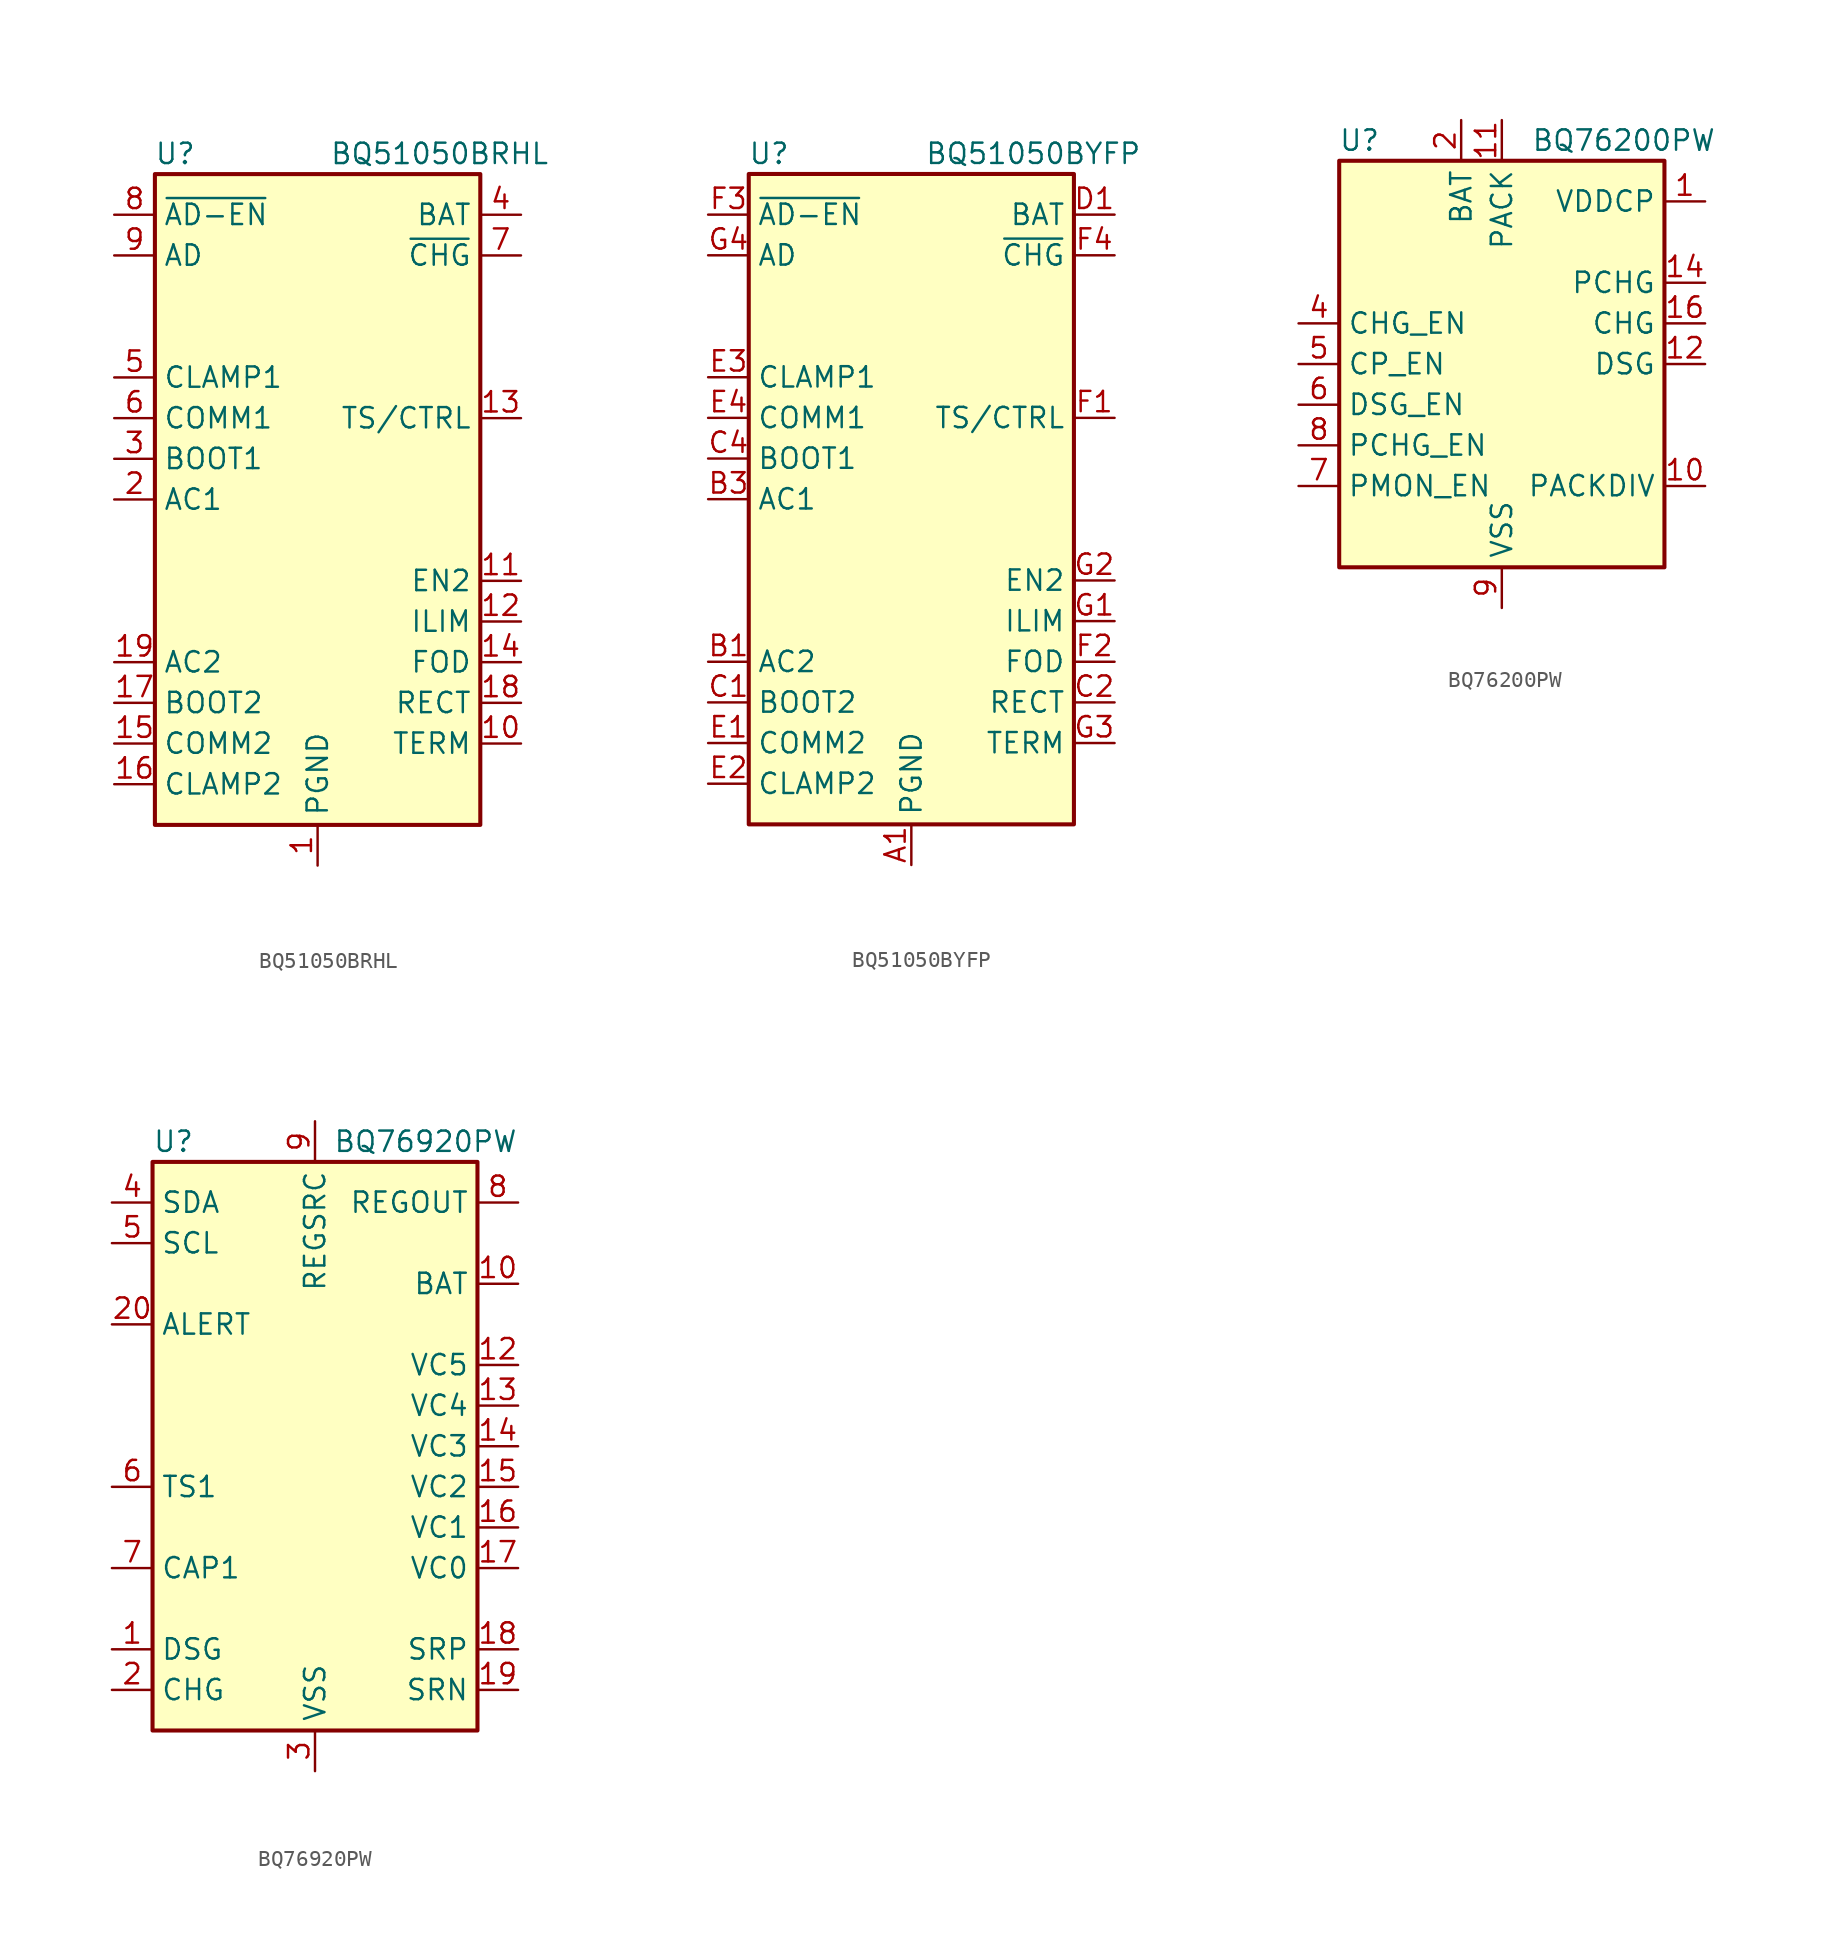
<source format=kicad_sym>
(kicad_symbol_lib
  (version 20211014)
  (generator kicad_symbol_editor)
  (symbol "BQ51050BRHL"
    (property "Reference" "U"
      (at -8.89 21.59 0)
      (effects (font (size 1.27 1.27))))
    (property "Value" "BQ51050BRHL"
      (at 7.62 21.59 0)
      (effects (font (size 1.27 1.27))))
    (symbol "BQ51050BRHL_0_1"
      (rectangle (start -10.16 -20.32) (end 10.16 20.32) (stroke (width 0.254) (type default) (color 0 0 0 0)) (fill (type background))))
    (symbol "BQ51050BRHL_1_1"
      (pin power_in line (at 0 -22.86 90) (length 2.54) (name "PGND" (effects (font (size 1.27 1.27)))) (number "1" (effects (font (size 1.27 1.27)))))
      (pin input line (at 12.7 -15.24 180) (length 2.54) (name "TERM" (effects (font (size 1.27 1.27)))) (number "10" (effects (font (size 1.27 1.27)))))
      (pin input line (at 12.7 -5.08 180) (length 2.54) (name "EN2" (effects (font (size 1.27 1.27)))) (number "11" (effects (font (size 1.27 1.27)))))
      (pin passive line (at 12.7 -7.62 180) (length 2.54) (name "ILIM" (effects (font (size 1.27 1.27)))) (number "12" (effects (font (size 1.27 1.27)))))
      (pin input line (at 12.7 5.08 180) (length 2.54) (name "TS/CTRL" (effects (font (size 1.27 1.27)))) (number "13" (effects (font (size 1.27 1.27)))))
      (pin input line (at 12.7 -10.16 180) (length 2.54) (name "FOD" (effects (font (size 1.27 1.27)))) (number "14" (effects (font (size 1.27 1.27)))))
      (pin open_collector line (at -12.7 -15.24 0) (length 2.54) (name "COMM2" (effects (font (size 1.27 1.27)))) (number "15" (effects (font (size 1.27 1.27)))))
      (pin open_collector line (at -12.7 -17.78 0) (length 2.54) (name "CLAMP2" (effects (font (size 1.27 1.27)))) (number "16" (effects (font (size 1.27 1.27)))))
      (pin passive line (at -12.7 -12.7 0) (length 2.54) (name "BOOT2" (effects (font (size 1.27 1.27)))) (number "17" (effects (font (size 1.27 1.27)))))
      (pin passive line (at 12.7 -12.7 180) (length 2.54) (name "RECT" (effects (font (size 1.27 1.27)))) (number "18" (effects (font (size 1.27 1.27)))))
      (pin input line (at -12.7 -10.16 0) (length 2.54) (name "AC2" (effects (font (size 1.27 1.27)))) (number "19" (effects (font (size 1.27 1.27)))))
      (pin input line (at -12.7 0 0) (length 2.54) (name "AC1" (effects (font (size 1.27 1.27)))) (number "2" (effects (font (size 1.27 1.27)))))
      (pin passive line (at 0 -22.86 90) (length 2.54) hide (name "PGND" (effects (font (size 1.27 1.27)))) (number "20" (effects (font (size 1.27 1.27)))))
      (pin passive line (at 0 -22.86 90) (length 2.54) hide (name "PGND" (effects (font (size 1.27 1.27)))) (number "21" (effects (font (size 1.27 1.27)))))
      (pin passive line (at -12.7 2.54 0) (length 2.54) (name "BOOT1" (effects (font (size 1.27 1.27)))) (number "3" (effects (font (size 1.27 1.27)))))
      (pin power_out line (at 12.7 17.78 180) (length 2.54) (name "BAT" (effects (font (size 1.27 1.27)))) (number "4" (effects (font (size 1.27 1.27)))))
      (pin open_collector line (at -12.7 7.62 0) (length 2.54) (name "CLAMP1" (effects (font (size 1.27 1.27)))) (number "5" (effects (font (size 1.27 1.27)))))
      (pin open_collector line (at -12.7 5.08 0) (length 2.54) (name "COMM1" (effects (font (size 1.27 1.27)))) (number "6" (effects (font (size 1.27 1.27)))))
      (pin open_collector line (at 12.7 15.24 180) (length 2.54) (name "~{CHG}" (effects (font (size 1.27 1.27)))) (number "7" (effects (font (size 1.27 1.27)))))
      (pin output line (at -12.7 17.78 0) (length 2.54) (name "~{AD-EN}" (effects (font (size 1.27 1.27)))) (number "8" (effects (font (size 1.27 1.27)))))
      (pin input line (at -12.7 15.24 0) (length 2.54) (name "AD" (effects (font (size 1.27 1.27)))) (number "9" (effects (font (size 1.27 1.27)))))))
  (symbol "BQ51050BYFP"
    (property "Reference" "U"
      (at -8.89 21.59 0)
      (effects (font (size 1.27 1.27))))
    (property "Value" "BQ51050BYFP"
      (at 7.62 21.59 0)
      (effects (font (size 1.27 1.27))))
    (symbol "BQ51050BYFP_0_1"
      (rectangle (start -10.16 -20.32) (end 10.16 20.32) (stroke (width 0.254) (type default) (color 0 0 0 0)) (fill (type background))))
    (symbol "BQ51050BYFP_1_1"
      (pin power_in line (at 0 -22.86 90) (length 2.54) (name "PGND" (effects (font (size 1.27 1.27)))) (number "A1" (effects (font (size 1.27 1.27)))))
      (pin passive line (at 0 -22.86 90) (length 2.54) hide (name "PGND" (effects (font (size 1.27 1.27)))) (number "A2" (effects (font (size 1.27 1.27)))))
      (pin passive line (at 0 -22.86 90) (length 2.54) hide (name "PGND" (effects (font (size 1.27 1.27)))) (number "A3" (effects (font (size 1.27 1.27)))))
      (pin passive line (at 0 -22.86 90) (length 2.54) hide (name "PGND" (effects (font (size 1.27 1.27)))) (number "A4" (effects (font (size 1.27 1.27)))))
      (pin input line (at -12.7 -10.16 0) (length 2.54) (name "AC2" (effects (font (size 1.27 1.27)))) (number "B1" (effects (font (size 1.27 1.27)))))
      (pin input line (at -12.7 -10.16 0) (length 2.54) hide (name "AC2" (effects (font (size 1.27 1.27)))) (number "B2" (effects (font (size 1.27 1.27)))))
      (pin input line (at -12.7 0 0) (length 2.54) (name "AC1" (effects (font (size 1.27 1.27)))) (number "B3" (effects (font (size 1.27 1.27)))))
      (pin input line (at -12.7 0 0) (length 2.54) hide (name "AC1" (effects (font (size 1.27 1.27)))) (number "B4" (effects (font (size 1.27 1.27)))))
      (pin passive line (at -12.7 -12.7 0) (length 2.54) (name "BOOT2" (effects (font (size 1.27 1.27)))) (number "C1" (effects (font (size 1.27 1.27)))))
      (pin passive line (at 12.7 -12.7 180) (length 2.54) (name "RECT" (effects (font (size 1.27 1.27)))) (number "C2" (effects (font (size 1.27 1.27)))))
      (pin passive line (at 12.7 -12.7 180) (length 2.54) hide (name "RECT" (effects (font (size 1.27 1.27)))) (number "C3" (effects (font (size 1.27 1.27)))))
      (pin passive line (at -12.7 2.54 0) (length 2.54) (name "BOOT1" (effects (font (size 1.27 1.27)))) (number "C4" (effects (font (size 1.27 1.27)))))
      (pin power_out line (at 12.7 17.78 180) (length 2.54) (name "BAT" (effects (font (size 1.27 1.27)))) (number "D1" (effects (font (size 1.27 1.27)))))
      (pin passive line (at 12.7 17.78 180) (length 2.54) hide (name "BAT" (effects (font (size 1.27 1.27)))) (number "D2" (effects (font (size 1.27 1.27)))))
      (pin passive line (at 12.7 17.78 180) (length 2.54) hide (name "BAT" (effects (font (size 1.27 1.27)))) (number "D3" (effects (font (size 1.27 1.27)))))
      (pin passive line (at 12.7 17.78 180) (length 2.54) hide (name "BAT" (effects (font (size 1.27 1.27)))) (number "D4" (effects (font (size 1.27 1.27)))))
      (pin open_collector line (at -12.7 -15.24 0) (length 2.54) (name "COMM2" (effects (font (size 1.27 1.27)))) (number "E1" (effects (font (size 1.27 1.27)))))
      (pin open_collector line (at -12.7 -17.78 0) (length 2.54) (name "CLAMP2" (effects (font (size 1.27 1.27)))) (number "E2" (effects (font (size 1.27 1.27)))))
      (pin open_collector line (at -12.7 7.62 0) (length 2.54) (name "CLAMP1" (effects (font (size 1.27 1.27)))) (number "E3" (effects (font (size 1.27 1.27)))))
      (pin open_collector line (at -12.7 5.08 0) (length 2.54) (name "COMM1" (effects (font (size 1.27 1.27)))) (number "E4" (effects (font (size 1.27 1.27)))))
      (pin input line (at 12.7 5.08 180) (length 2.54) (name "TS/CTRL" (effects (font (size 1.27 1.27)))) (number "F1" (effects (font (size 1.27 1.27)))))
      (pin input line (at 12.7 -10.16 180) (length 2.54) (name "FOD" (effects (font (size 1.27 1.27)))) (number "F2" (effects (font (size 1.27 1.27)))))
      (pin output line (at -12.7 17.78 0) (length 2.54) (name "~{AD-EN}" (effects (font (size 1.27 1.27)))) (number "F3" (effects (font (size 1.27 1.27)))))
      (pin open_collector line (at 12.7 15.24 180) (length 2.54) (name "~{CHG}" (effects (font (size 1.27 1.27)))) (number "F4" (effects (font (size 1.27 1.27)))))
      (pin passive line (at 12.7 -7.62 180) (length 2.54) (name "ILIM" (effects (font (size 1.27 1.27)))) (number "G1" (effects (font (size 1.27 1.27)))))
      (pin input line (at 12.7 -5.08 180) (length 2.54) (name "EN2" (effects (font (size 1.27 1.27)))) (number "G2" (effects (font (size 1.27 1.27)))))
      (pin input line (at 12.7 -15.24 180) (length 2.54) (name "TERM" (effects (font (size 1.27 1.27)))) (number "G3" (effects (font (size 1.27 1.27)))))
      (pin input line (at -12.7 15.24 0) (length 2.54) (name "AD" (effects (font (size 1.27 1.27)))) (number "G4" (effects (font (size 1.27 1.27)))))))
  (symbol "BQ76200PW"
    (property "Reference" "U"
      (at -8.89 13.97 0)
      (effects (font (size 1.27 1.27))))
    (property "Value" "BQ76200PW"
      (at 7.62 13.97 0)
      (effects (font (size 1.27 1.27))))
    (symbol "BQ76200PW_0_1"
      (rectangle (start -10.16 -12.7) (end 10.16 12.7) (stroke (width 0.254) (type default) (color 0 0 0 0)) (fill (type background))))
    (symbol "BQ76200PW_1_1"
      (pin output line (at 12.7 10.16 180) (length 2.54) (name "VDDCP" (effects (font (size 1.27 1.27)))) (number "1" (effects (font (size 1.27 1.27)))))
      (pin output line (at 12.7 -7.62 180) (length 2.54) (name "PACKDIV" (effects (font (size 1.27 1.27)))) (number "10" (effects (font (size 1.27 1.27)))))
      (pin power_in line (at 0 15.24 270) (length 2.54) (name "PACK" (effects (font (size 1.27 1.27)))) (number "11" (effects (font (size 1.27 1.27)))))
      (pin output line (at 12.7 0 180) (length 2.54) (name "DSG" (effects (font (size 1.27 1.27)))) (number "12" (effects (font (size 1.27 1.27)))))
      (pin no_connect line (at -10.16 7.62 0) (length 2.54) hide (name "NC" (effects (font (size 1.27 1.27)))) (number "13" (effects (font (size 1.27 1.27)))))
      (pin output line (at 12.7 5.08 180) (length 2.54) (name "PCHG" (effects (font (size 1.27 1.27)))) (number "14" (effects (font (size 1.27 1.27)))))
      (pin no_connect line (at -10.16 5.08 0) (length 2.54) hide (name "NC" (effects (font (size 1.27 1.27)))) (number "15" (effects (font (size 1.27 1.27)))))
      (pin output line (at 12.7 2.54 180) (length 2.54) (name "CHG" (effects (font (size 1.27 1.27)))) (number "16" (effects (font (size 1.27 1.27)))))
      (pin power_in line (at -2.54 15.24 270) (length 2.54) (name "BAT" (effects (font (size 1.27 1.27)))) (number "2" (effects (font (size 1.27 1.27)))))
      (pin no_connect line (at -10.16 10.16 0) (length 2.54) hide (name "NC" (effects (font (size 1.27 1.27)))) (number "3" (effects (font (size 1.27 1.27)))))
      (pin input line (at -12.7 2.54 0) (length 2.54) (name "CHG_EN" (effects (font (size 1.27 1.27)))) (number "4" (effects (font (size 1.27 1.27)))))
      (pin input line (at -12.7 0 0) (length 2.54) (name "CP_EN" (effects (font (size 1.27 1.27)))) (number "5" (effects (font (size 1.27 1.27)))))
      (pin input line (at -12.7 -2.54 0) (length 2.54) (name "DSG_EN" (effects (font (size 1.27 1.27)))) (number "6" (effects (font (size 1.27 1.27)))))
      (pin input line (at -12.7 -7.62 0) (length 2.54) (name "PMON_EN" (effects (font (size 1.27 1.27)))) (number "7" (effects (font (size 1.27 1.27)))))
      (pin input line (at -12.7 -5.08 0) (length 2.54) (name "PCHG_EN" (effects (font (size 1.27 1.27)))) (number "8" (effects (font (size 1.27 1.27)))))
      (pin power_in line (at 0 -15.24 90) (length 2.54) (name "VSS" (effects (font (size 1.27 1.27)))) (number "9" (effects (font (size 1.27 1.27)))))))
  (symbol "BQ76920PW"
    (property "Reference" "U"
      (at -10.16 19.05 0)
      (effects (font (size 1.27 1.27)) (justify left)))
    (property "Value" "BQ76920PW"
      (at 12.7 19.05 0)
      (effects (font (size 1.27 1.27)) (justify right)))
    (symbol "BQ76920PW_0_1"
      (rectangle (start -10.16 17.78) (end 10.16 -17.78) (stroke (width 0.254) (type default) (color 0 0 0 0)) (fill (type background))))
    (symbol "BQ76920PW_1_0"
      (pin input line (at 12.7 10.16 180) (length 2.54) (name "BAT" (effects (font (size 1.27 1.27)))) (number "10" (effects (font (size 1.27 1.27)))))
      (pin no_connect line (at -2.54 -17.78 90) (length 2.54) hide (name "NC" (effects (font (size 1.27 1.27)))) (number "11" (effects (font (size 1.27 1.27)))))
      (pin input line (at 12.7 5.08 180) (length 2.54) (name "VC5" (effects (font (size 1.27 1.27)))) (number "12" (effects (font (size 1.27 1.27)))))
      (pin input line (at 12.7 2.54 180) (length 2.54) (name "VC4" (effects (font (size 1.27 1.27)))) (number "13" (effects (font (size 1.27 1.27)))))
      (pin input line (at 12.7 0 180) (length 2.54) (name "VC3" (effects (font (size 1.27 1.27)))) (number "14" (effects (font (size 1.27 1.27)))))
      (pin input line (at 12.7 -2.54 180) (length 2.54) (name "VC2" (effects (font (size 1.27 1.27)))) (number "15" (effects (font (size 1.27 1.27)))))
      (pin input line (at 12.7 -5.08 180) (length 2.54) (name "VC1" (effects (font (size 1.27 1.27)))) (number "16" (effects (font (size 1.27 1.27)))))
      (pin input line (at 12.7 -7.62 180) (length 2.54) (name "VC0" (effects (font (size 1.27 1.27)))) (number "17" (effects (font (size 1.27 1.27)))))
      (pin input line (at 12.7 -12.7 180) (length 2.54) (name "SRP" (effects (font (size 1.27 1.27)))) (number "18" (effects (font (size 1.27 1.27)))))
      (pin input line (at 12.7 -15.24 180) (length 2.54) (name "SRN" (effects (font (size 1.27 1.27)))) (number "19" (effects (font (size 1.27 1.27)))))
      (pin bidirectional line (at -12.7 7.62 0) (length 2.54) (name "ALERT" (effects (font (size 1.27 1.27)))) (number "20" (effects (font (size 1.27 1.27)))))
      (pin passive line (at -12.7 -2.54 0) (length 2.54) (name "TS1" (effects (font (size 1.27 1.27)))) (number "6" (effects (font (size 1.27 1.27)))))
      (pin passive line (at -12.7 -7.62 0) (length 2.54) (name "CAP1" (effects (font (size 1.27 1.27)))) (number "7" (effects (font (size 1.27 1.27)))))
      (pin power_out line (at 12.7 15.24 180) (length 2.54) (name "REGOUT" (effects (font (size 1.27 1.27)))) (number "8" (effects (font (size 1.27 1.27)))))
      (pin power_in line (at 0 20.32 270) (length 2.54) (name "REGSRC" (effects (font (size 1.27 1.27)))) (number "9" (effects (font (size 1.27 1.27))))))
    (symbol "BQ76920PW_1_1"
      (pin output line (at -12.7 -12.7 0) (length 2.54) (name "DSG" (effects (font (size 1.27 1.27)))) (number "1" (effects (font (size 1.27 1.27)))))
      (pin output line (at -12.7 -15.24 0) (length 2.54) (name "CHG" (effects (font (size 1.27 1.27)))) (number "2" (effects (font (size 1.27 1.27)))))
      (pin power_in line (at 0 -20.32 90) (length 2.54) (name "VSS" (effects (font (size 1.27 1.27)))) (number "3" (effects (font (size 1.27 1.27)))))
      (pin bidirectional line (at -12.7 15.24 0) (length 2.54) (name "SDA" (effects (font (size 1.27 1.27)))) (number "4" (effects (font (size 1.27 1.27)))))
      (pin input line (at -12.7 12.7 0) (length 2.54) (name "SCL" (effects (font (size 1.27 1.27)))) (number "5" (effects (font (size 1.27 1.27))))))))
</source>
